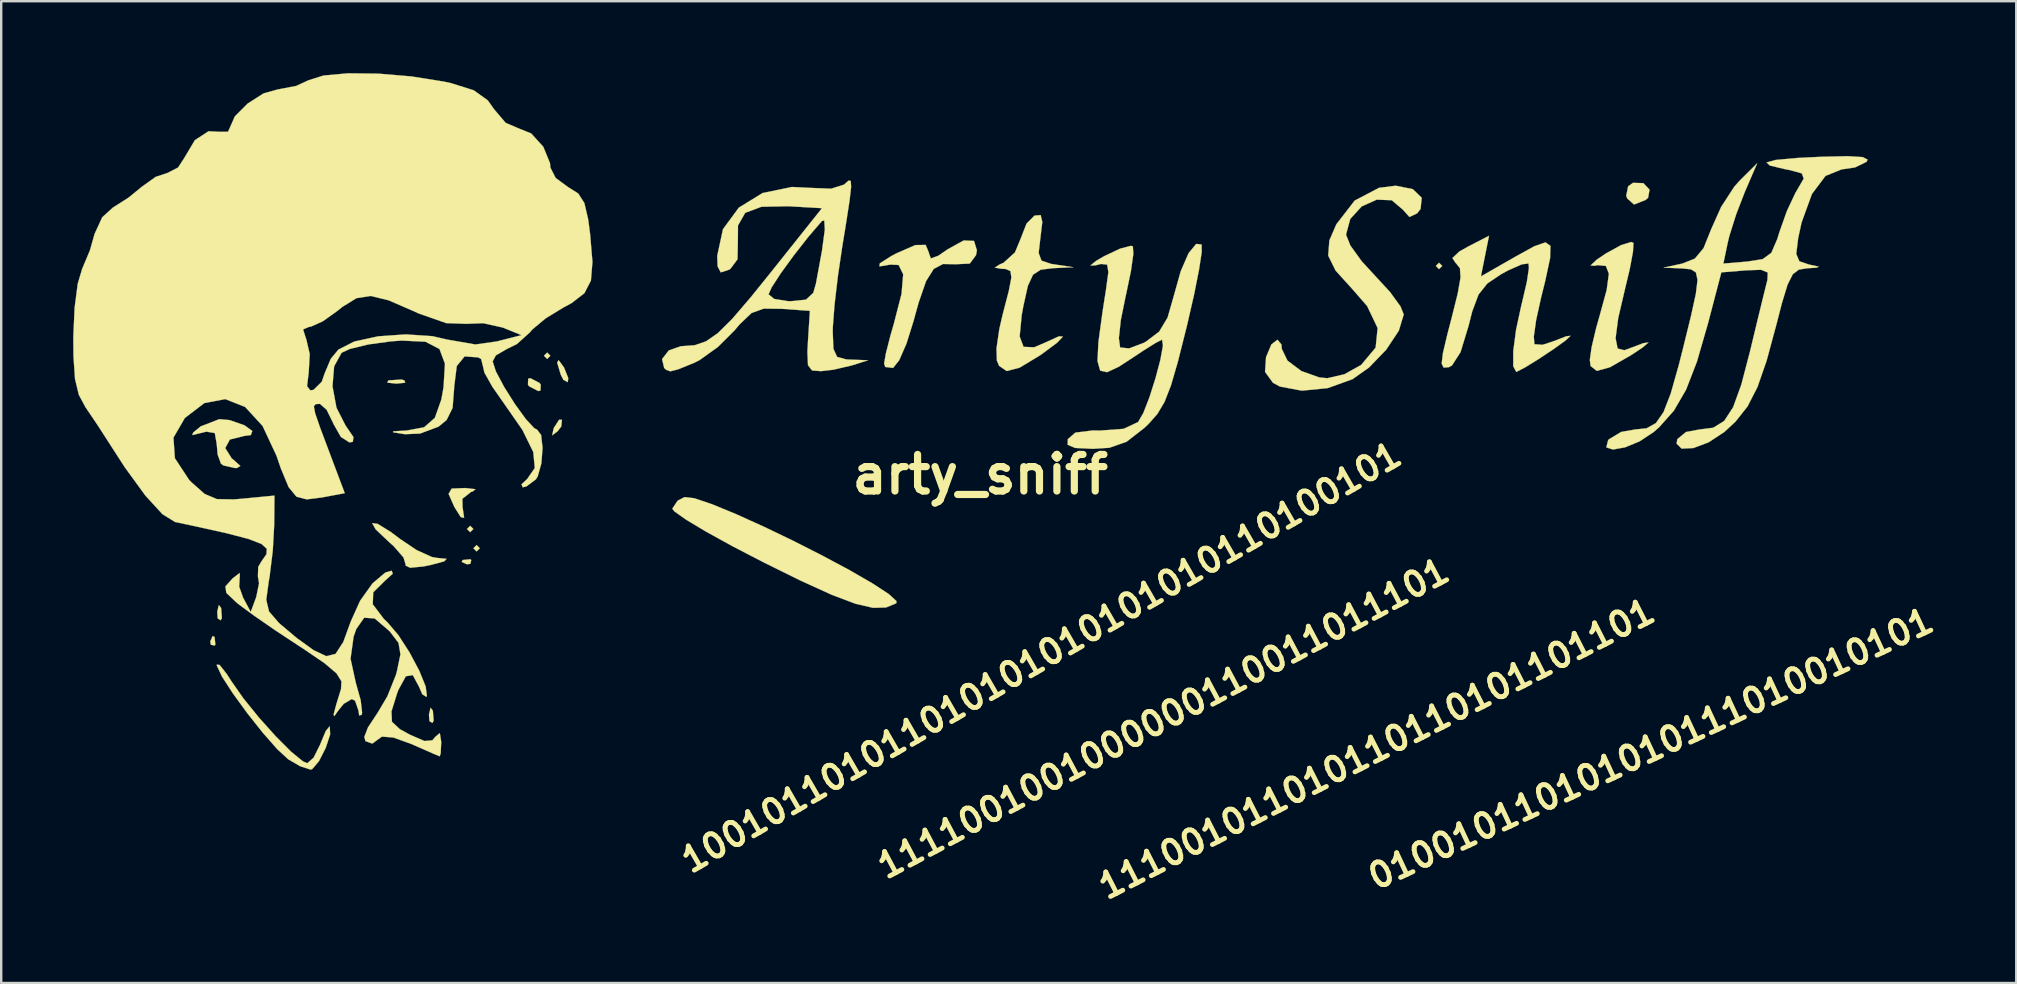
<source format=kicad_pcb>
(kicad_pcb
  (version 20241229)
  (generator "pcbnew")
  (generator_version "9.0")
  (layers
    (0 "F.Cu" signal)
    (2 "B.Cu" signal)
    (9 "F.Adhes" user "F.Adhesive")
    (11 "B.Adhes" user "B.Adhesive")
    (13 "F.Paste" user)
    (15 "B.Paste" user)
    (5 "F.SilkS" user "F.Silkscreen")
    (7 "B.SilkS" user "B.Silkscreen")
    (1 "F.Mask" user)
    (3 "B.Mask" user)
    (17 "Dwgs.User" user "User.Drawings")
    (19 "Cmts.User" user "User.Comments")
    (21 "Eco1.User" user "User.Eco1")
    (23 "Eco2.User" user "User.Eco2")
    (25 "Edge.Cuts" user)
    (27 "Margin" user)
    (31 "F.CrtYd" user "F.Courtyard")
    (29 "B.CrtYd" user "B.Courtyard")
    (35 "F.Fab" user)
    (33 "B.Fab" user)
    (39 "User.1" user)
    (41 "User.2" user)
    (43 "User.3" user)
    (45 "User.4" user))
  (footprint "arty_sniff"
    (layer "F.Cu")
    (at 37.798 16.721)
    (property "Reference" "arty_sniff" (at 0 0 0) (layer "F.SilkS") (effects (font (size 1.524 1.524) (thickness 0.3))))
    (attr through_hole)
    (fp_poly (pts (xy -21.122 2.273) (xy -21.256 2.406) (xy -21.389 2.273) (xy -21.256 2.139) (xy -21.122 2.273)) (stroke (width 0.01) (type solid)) (fill yes) (layer "F.SilkS"))
    (fp_poly (pts (xy -20.855 3.075) (xy -20.988 3.208) (xy -21.122 3.075) (xy -20.988 2.941) (xy -20.855 3.075)) (stroke (width 0.01) (type solid)) (fill yes) (layer "F.SilkS"))
    (fp_poly (pts (xy -17.914 -4.946) (xy -18.047 -4.813) (xy -18.181 -4.946) (xy -18.047 -5.08) (xy -17.914 -4.946)) (stroke (width 0.01) (type solid)) (fill yes) (layer "F.SilkS"))
    (fp_poly (pts (xy 19.251 -8.689) (xy 19.117 -8.556) (xy 18.983 -8.689) (xy 19.117 -8.823) (xy 19.251 -8.689)) (stroke (width 0.01) (type solid)) (fill yes) (layer "F.SilkS"))
    (fp_poly (pts (xy -31.906 6.773) (xy -31.874 7.091) (xy -31.906 7.13) (xy -32.065 7.093) (xy -32.084 6.952) (xy -31.986 6.732) (xy -31.906 6.773)) (stroke (width 0.01) (type solid)) (fill yes) (layer "F.SilkS"))
    (fp_poly (pts (xy -31.634 5.565) (xy -31.602 5.982) (xy -31.655 6.077) (xy -31.777 5.997) (xy -31.796 5.726) (xy -31.73 5.441) (xy -31.634 5.565)) (stroke (width 0.01) (type solid)) (fill yes) (layer "F.SilkS"))
    (fp_poly (pts (xy -23.996 -3.92) (xy -23.963 -3.823) (xy -24.331 -3.785) (xy -24.71 -3.827) (xy -24.665 -3.92) (xy -24.117 -3.956) (xy -23.996 -3.92)) (stroke (width 0.01) (type solid)) (fill yes) (layer "F.SilkS"))
    (fp_poly (pts (xy -22.811 9.842) (xy -22.779 10.26) (xy -22.832 10.355) (xy -22.954 10.275) (xy -22.973 10.004) (xy -22.907 9.719) (xy -22.811 9.842)) (stroke (width 0.01) (type solid)) (fill yes) (layer "F.SilkS"))
    (fp_poly (pts (xy -21.211 3.565) (xy -21.248 3.724) (xy -21.389 3.743) (xy -21.61 3.645) (xy -21.568 3.565) (xy -21.25 3.533) (xy -21.211 3.565)) (stroke (width 0.01) (type solid)) (fill yes) (layer "F.SilkS"))
    (fp_poly (pts (xy -17.461 -1.997) (xy -17.613 -1.8) (xy -17.838 -1.631) (xy -17.782 -1.899) (xy -17.763 -1.95) (xy -17.551 -2.277) (xy -17.431 -2.28) (xy -17.461 -1.997)) (stroke (width 0.01) (type solid)) (fill yes) (layer "F.SilkS"))
    (fp_poly (pts (xy -17.346 -4.458) (xy -17.169 -4.015) (xy -17.188 -3.845) (xy -17.37 -3.941) (xy -17.48 -4.155) (xy -17.631 -4.662) (xy -17.569 -4.764) (xy -17.346 -4.458)) (stroke (width 0.01) (type solid)) (fill yes) (layer "F.SilkS"))
    (fp_poly (pts (xy -18.369 -3.815) (xy -18.315 -3.743) (xy -18.327 -3.496) (xy -18.417 -3.476) (xy -18.795 -3.671) (xy -18.849 -3.743) (xy -18.837 -3.99) (xy -18.747 -4.011) (xy -18.369 -3.815)) (stroke (width 0.01) (type solid)) (fill yes) (layer "F.SilkS"))
    (fp_poly (pts (xy 27.632 -12.14) (xy 27.889 -11.867) (xy 27.828 -11.528) (xy 27.725 -11.441) (xy 27.245 -11.249) (xy 26.965 -11.494) (xy 26.916 -11.608) (xy 26.996 -12.008) (xy 27.2 -12.152) (xy 27.632 -12.14)) (stroke (width 0.01) (type solid)) (fill yes) (layer "F.SilkS"))
    (fp_poly (pts (xy -21.456 0.566) (xy -21.035 0.614) (xy -21.143 0.704) (xy -21.214 0.724) (xy -21.581 1.014) (xy -21.573 1.361) (xy -21.508 1.807) (xy -21.649 1.775) (xy -21.915 1.354) (xy -22.155 0.811) (xy -22.029 0.589) (xy -21.464 0.565) (xy -21.456 0.566)) (stroke (width 0.01) (type solid)) (fill yes) (layer "F.SilkS"))
    (fp_poly (pts (xy -25.113 2.058) (xy -24.561 2.398) (xy -24.201 2.67) (xy -23.488 3.151) (xy -22.853 3.439) (xy -22.645 3.476) (xy -22.239 3.515) (xy -22.334 3.619) (xy -22.901 3.772) (xy -23.208 3.834) (xy -23.76 3.887) (xy -23.954 3.792) (xy -23.942 3.764) (xy -24.033 3.461) (xy -24.44 2.991) (xy -24.631 2.821) (xy -25.196 2.286) (xy -25.341 2.027) (xy -25.113 2.058)) (stroke (width 0.01) (type solid)) (fill yes) (layer "F.SilkS"))
    (fp_poly (pts (xy -31.282 -2.266) (xy -30.654 -2.046) (xy -30.334 -1.812) (xy -30.394 -1.643) (xy -30.678 -1.604) (xy -31.27 -1.456) (xy -31.462 -1.1) (xy -31.192 -0.669) (xy -31.138 -0.628) (xy -30.833 -0.356) (xy -30.976 -0.269) (xy -31.053 -0.267) (xy -31.528 -0.372) (xy -31.639 -0.446) (xy -31.778 -0.827) (xy -31.817 -1.266) (xy -31.898 -1.726) (xy -32.245 -1.784) (xy -32.418 -1.742) (xy -32.834 -1.642) (xy -32.797 -1.747) (xy -32.485 -2.003) (xy -31.71 -2.304) (xy -31.282 -2.266)) (stroke (width 0.01) (type solid)) (fill yes) (layer "F.SilkS"))
    (fp_poly (pts (xy -11.915 0.991) (xy -11.175 1.241) (xy -10.184 1.649) (xy -9.029 2.171) (xy -7.797 2.763) (xy -6.574 3.384) (xy -5.445 3.989) (xy -4.498 4.535) (xy -3.818 4.979) (xy -3.491 5.278) (xy -3.498 5.367) (xy -3.926 5.543) (xy -4.469 5.557) (xy -5.2 5.388) (xy -6.188 5.015) (xy -7.504 4.415) (xy -9.024 3.665) (xy -10.316 2.995) (xy -11.421 2.386) (xy -12.257 1.885) (xy -12.743 1.541) (xy -12.834 1.426) (xy -12.612 1.093) (xy -12.319 0.942) (xy -11.915 0.991)) (stroke (width 0.01) (type solid)) (fill yes) (layer "F.SilkS"))
    (fp_poly (pts (xy -31.696 7.938) (xy -31.395 8.321) (xy -31.214 8.603) (xy -30.716 9.317) (xy -30.066 10.121) (xy -29.365 10.903) (xy -28.718 11.551) (xy -28.226 11.954) (xy -28.045 12.032) (xy -27.783 11.806) (xy -27.51 11.259) (xy -27.494 11.216) (xy -27.273 10.69) (xy -27.115 10.498) (xy -27.106 10.504) (xy -27.091 10.836) (xy -27.274 11.391) (xy -27.555 11.945) (xy -27.836 12.276) (xy -27.907 12.299) (xy -28.344 12.156) (xy -28.84 11.866) (xy -29.295 11.447) (xy -29.895 10.765) (xy -30.543 9.948) (xy -31.142 9.125) (xy -31.597 8.422) (xy -31.81 7.969) (xy -31.815 7.925) (xy -31.696 7.938)) (stroke (width 0.01) (type solid)) (fill yes) (layer "F.SilkS"))
    (fp_poly (pts (xy 27.219 -9.648) (xy 27.198 -9.279) (xy 27.065 -8.563) (xy 26.884 -7.807) (xy 26.583 -6.517) (xy 26.474 -5.68) (xy 26.558 -5.249) (xy 26.836 -5.177) (xy 26.937 -5.211) (xy 27.631 -5.472) (xy 27.847 -5.501) (xy 27.594 -5.286) (xy 27.138 -4.983) (xy 26.243 -4.469) (xy 25.691 -4.316) (xy 25.433 -4.518) (xy 25.4 -4.77) (xy 25.475 -5.306) (xy 25.667 -6.115) (xy 25.798 -6.575) (xy 26.102 -7.684) (xy 26.194 -8.366) (xy 26.068 -8.69) (xy 25.717 -8.722) (xy 25.601 -8.695) (xy 25.432 -8.712) (xy 25.689 -8.952) (xy 26.068 -9.208) (xy 26.705 -9.558) (xy 27.129 -9.688) (xy 27.219 -9.648)) (stroke (width 0.01) (type solid)) (fill yes) (layer "F.SilkS"))
    (fp_poly (pts (xy -0.261 -9.732) (xy -0.14 -9.34) (xy -0.177 -9.139) (xy -0.438 -8.787) (xy -1.029 -8.76) (xy -1.036 -8.761) (xy -1.555 -8.77) (xy -1.941 -8.564) (xy -2.259 -8.055) (xy -2.57 -7.158) (xy -2.788 -6.369) (xy -3.075 -5.453) (xy -3.378 -4.76) (xy -3.632 -4.44) (xy -3.634 -4.439) (xy -3.96 -4.479) (xy -4.008 -4.62) (xy -3.932 -5.051) (xy -3.744 -5.786) (xy -3.607 -6.259) (xy -3.281 -7.524) (xy -3.212 -8.34) (xy -3.402 -8.729) (xy -3.743 -8.746) (xy -4.202 -8.67) (xy -4.187 -8.796) (xy -3.709 -9.1) (xy -3.489 -9.217) (xy -2.704 -9.559) (xy -2.275 -9.566) (xy -2.139 -9.238) (xy -2.139 -9.216) (xy -2.059 -9.002) (xy -1.752 -9.112) (xy -1.362 -9.381) (xy -0.691 -9.751) (xy -0.261 -9.732)) (stroke (width 0.01) (type solid)) (fill yes) (layer "F.SilkS"))
    (fp_poly (pts (xy 2.585 -10.522) (xy 2.511 -9.906) (xy 2.433 -9.231) (xy 2.549 -8.911) (xy 2.947 -8.776) (xy 3.111 -8.75) (xy 3.877 -8.636) (xy 3.026 -8.596) (xy 2.521 -8.533) (xy 2.199 -8.325) (xy 1.982 -7.856) (xy 1.794 -7.011) (xy 1.726 -6.635) (xy 1.641 -5.75) (xy 1.804 -5.318) (xy 2.247 -5.3) (xy 2.689 -5.489) (xy 3.279 -5.757) (xy 3.444 -5.745) (xy 3.196 -5.484) (xy 2.547 -5.003) (xy 2.478 -4.956) (xy 1.638 -4.45) (xy 1.1 -4.31) (xy 0.785 -4.526) (xy 0.691 -4.746) (xy 0.676 -5.253) (xy 0.794 -6.062) (xy 0.938 -6.684) (xy 1.189 -7.648) (xy 1.296 -8.207) (xy 1.257 -8.474) (xy 1.065 -8.56) (xy 0.869 -8.573) (xy 0.603 -8.619) (xy 0.819 -8.757) (xy 0.965 -8.817) (xy 1.446 -9.254) (xy 1.687 -9.836) (xy 1.927 -10.453) (xy 2.261 -10.787) (xy 2.517 -10.808) (xy 2.585 -10.522)) (stroke (width 0.01) (type solid)) (fill yes) (layer "F.SilkS"))
    (fp_poly (pts (xy 18.024 -11.889) (xy 18.396 -11.53) (xy 18.347 -11.063) (xy 18.2 -10.877) (xy 17.883 -10.729) (xy 17.616 -11.029) (xy 17.147 -11.427) (xy 16.522 -11.452) (xy 15.896 -11.171) (xy 15.418 -10.65) (xy 15.24 -9.994) (xy 15.422 -9.539) (xy 15.895 -8.884) (xy 16.443 -8.288) (xy 17.075 -7.602) (xy 17.511 -7.003) (xy 17.646 -6.668) (xy 17.442 -5.993) (xy 16.916 -5.2) (xy 16.2 -4.457) (xy 15.512 -3.971) (xy 14.476 -3.598) (xy 13.4 -3.492) (xy 12.486 -3.663) (xy 12.197 -3.82) (xy 11.866 -4.275) (xy 11.908 -4.89) (xy 12.131 -5.419) (xy 12.383 -5.615) (xy 12.55 -5.418) (xy 12.566 -5.229) (xy 12.801 -4.744) (xy 13.381 -4.309) (xy 14.123 -4.044) (xy 14.461 -4.011) (xy 15.174 -4.176) (xy 15.872 -4.565) (xy 16.475 -5.286) (xy 16.558 -6.1) (xy 16.121 -7.017) (xy 15.507 -7.722) (xy 14.806 -8.496) (xy 14.499 -9.118) (xy 14.546 -9.751) (xy 14.837 -10.424) (xy 15.602 -11.413) (xy 16.616 -11.945) (xy 17.313 -12.032) (xy 18.024 -11.889)) (stroke (width 0.01) (type solid)) (fill yes) (layer "F.SilkS"))
    (fp_poly (pts (xy 20.861 -8.253) (xy 22.328 -9.092) (xy 23.084 -9.508) (xy 23.55 -9.672) (xy 23.759 -9.527) (xy 23.745 -9.014) (xy 23.544 -8.074) (xy 23.36 -7.331) (xy 23.162 -6.429) (xy 23.066 -5.744) (xy 23.091 -5.428) (xy 23.429 -5.403) (xy 23.928 -5.566) (xy 24.413 -5.757) (xy 24.598 -5.778) (xy 24.397 -5.589) (xy 23.906 -5.235) (xy 23.292 -4.825) (xy 22.722 -4.472) (xy 22.365 -4.286) (xy 22.331 -4.278) (xy 22.208 -4.515) (xy 22.21 -5.144) (xy 22.328 -6.038) (xy 22.551 -7.071) (xy 22.586 -7.207) (xy 22.776 -8.022) (xy 22.863 -8.606) (xy 22.845 -8.794) (xy 22.557 -8.753) (xy 21.986 -8.499) (xy 21.719 -8.354) (xy 21.133 -7.962) (xy 20.763 -7.499) (xy 20.498 -6.789) (xy 20.345 -6.186) (xy 20.014 -5.1) (xy 19.655 -4.54) (xy 19.518 -4.468) (xy 19.307 -4.454) (xy 19.226 -4.62) (xy 19.279 -5.06) (xy 19.471 -5.869) (xy 19.626 -6.462) (xy 19.895 -7.537) (xy 20.013 -8.211) (xy 19.988 -8.594) (xy 19.829 -8.796) (xy 19.813 -8.806) (xy 19.674 -9.018) (xy 19.959 -9.289) (xy 20.32 -9.492) (xy 21.2 -9.947) (xy 20.861 -8.253)) (stroke (width 0.01) (type solid)) (fill yes) (layer "F.SilkS"))
    (fp_poly (pts (xy 9.222 -9.583) (xy 9.228 -9.272) (xy 9.118 -8.547) (xy 8.913 -7.512) (xy 8.629 -6.272) (xy 8.589 -6.108) (xy 8.235 -4.703) (xy 7.947 -3.711) (xy 7.677 -3.021) (xy 7.381 -2.522) (xy 7.012 -2.105) (xy 6.836 -1.938) (xy 6.096 -1.363) (xy 5.378 -1.112) (xy 4.691 -1.069) (xy 3.951 -1.105) (xy 3.641 -1.237) (xy 3.647 -1.472) (xy 3.964 -1.745) (xy 4.686 -1.834) (xy 4.989 -1.829) (xy 5.975 -1.902) (xy 6.578 -2.186) (xy 6.795 -2.562) (xy 7.052 -3.224) (xy 7.303 -4.015) (xy 7.505 -4.781) (xy 7.611 -5.366) (xy 7.578 -5.614) (xy 7.571 -5.615) (xy 7.302 -5.478) (xy 6.754 -5.134) (xy 6.474 -4.946) (xy 5.768 -4.486) (xy 5.283 -4.262) (xy 4.997 -4.325) (xy 4.884 -4.727) (xy 4.924 -5.522) (xy 5.092 -6.76) (xy 5.241 -7.717) (xy 5.338 -8.433) (xy 5.287 -8.744) (xy 5.032 -8.772) (xy 4.785 -8.711) (xy 4.59 -8.709) (xy 4.837 -8.907) (xy 5.172 -9.101) (xy 5.828 -9.41) (xy 6.275 -9.527) (xy 6.359 -9.505) (xy 6.378 -9.187) (xy 6.281 -8.493) (xy 6.089 -7.565) (xy 6.059 -7.435) (xy 5.857 -6.439) (xy 5.775 -5.681) (xy 5.827 -5.296) (xy 5.833 -5.29) (xy 6.203 -5.253) (xy 6.812 -5.485) (xy 6.905 -5.536) (xy 7.455 -5.953) (xy 7.806 -6.539) (xy 8.061 -7.43) (xy 8.353 -8.47) (xy 8.681 -9.224) (xy 8.999 -9.607) (xy 9.222 -9.583)) (stroke (width 0.01) (type solid)) (fill yes) (layer "F.SilkS"))
    (fp_poly (pts (xy -5.397 -12.232) (xy -5.382 -11.98) (xy -5.447 -11.41) (xy -5.596 -10.445) (xy -5.752 -9.492) (xy -5.934 -8.258) (xy -6.072 -7.079) (xy -6.143 -6.159) (xy -6.148 -5.949) (xy -6.119 -5.233) (xy -5.964 -4.899) (xy -5.588 -4.795) (xy -5.414 -4.786) (xy -4.679 -4.759) (xy -5.347 -4.545) (xy -6.127 -4.364) (xy -6.638 -4.305) (xy -7.01 -4.334) (xy -7.179 -4.553) (xy -7.204 -5.1) (xy -7.18 -5.548) (xy -7.1 -6.818) (xy -8.265 -6.902) (xy -9.019 -6.911) (xy -9.53 -6.729) (xy -10.032 -6.251) (xy -10.243 -6) (xy -10.939 -5.308) (xy -11.703 -4.762) (xy -11.936 -4.646) (xy -12.587 -4.382) (xy -12.915 -4.297) (xy -13.091 -4.362) (xy -13.172 -4.438) (xy -13.26 -4.809) (xy -12.979 -5.169) (xy -12.471 -5.346) (xy -12.426 -5.347) (xy -11.901 -5.386) (xy -11.43 -5.546) (xy -10.934 -5.891) (xy -10.336 -6.484) (xy -9.559 -7.391) (xy -9.465 -7.508) (xy -8.823 -7.508) (xy -8.589 -7.315) (xy -8.013 -7.221) (xy -7.909 -7.219) (xy -7.264 -7.284) (xy -6.959 -7.568) (xy -6.848 -7.954) (xy -6.594 -9.334) (xy -6.478 -10.208) (xy -6.501 -10.586) (xy -6.598 -10.561) (xy -7.167 -9.899) (xy -7.77 -9.129) (xy -8.312 -8.384) (xy -8.694 -7.795) (xy -8.823 -7.508) (xy -9.465 -7.508) (xy -8.749 -8.395) (xy -6.596 -11.096) (xy -7.999 -11.177) (xy -9.117 -11.155) (xy -9.795 -10.903) (xy -10.096 -10.376) (xy -10.101 -9.689) (xy -10.116 -8.966) (xy -10.412 -8.567) (xy -10.479 -8.528) (xy -10.813 -8.421) (xy -10.944 -8.667) (xy -10.962 -9.107) (xy -10.721 -10.223) (xy -10.06 -11.12) (xy -9.071 -11.728) (xy -7.847 -11.98) (xy -7.121 -11.944) (xy -6.216 -11.908) (xy -5.677 -12.078) (xy -5.657 -12.096) (xy -5.49 -12.245) (xy -5.397 -12.232)) (stroke (width 0.01) (type solid)) (fill yes) (layer "F.SilkS"))
    (fp_poly (pts (xy 36.771 -13.225) (xy 36.977 -13.118) (xy 36.927 -13.024) (xy 36.449 -12.794) (xy 35.893 -12.712) (xy 35.223 -12.443) (xy 34.657 -11.691) (xy 34.224 -10.502) (xy 34.082 -9.848) (xy 34.002 -9.193) (xy 34.13 -8.884) (xy 34.532 -8.748) (xy 34.941 -8.659) (xy 34.848 -8.617) (xy 34.457 -8.592) (xy 34.111 -8.537) (xy 33.858 -8.344) (xy 33.641 -7.913) (xy 33.405 -7.141) (xy 33.175 -6.248) (xy 32.768 -4.742) (xy 32.387 -3.645) (xy 31.974 -2.838) (xy 31.472 -2.203) (xy 31.004 -1.77) (xy 30.35 -1.339) (xy 29.715 -1.101) (xy 29.226 -1.077) (xy 29.014 -1.286) (xy 29.046 -1.471) (xy 29.406 -1.769) (xy 29.955 -1.872) (xy 30.545 -1.948) (xy 31 -2.232) (xy 31.372 -2.803) (xy 31.712 -3.742) (xy 32.075 -5.129) (xy 32.076 -5.132) (xy 32.349 -6.269) (xy 32.587 -7.247) (xy 32.754 -7.923) (xy 32.801 -8.105) (xy 32.814 -8.415) (xy 32.536 -8.529) (xy 31.907 -8.506) (xy 30.881 -8.422) (xy 30.32 -6.281) (xy 29.863 -4.7) (xy 29.411 -3.533) (xy 28.905 -2.661) (xy 28.286 -1.966) (xy 28.063 -1.77) (xy 27.475 -1.38) (xy 26.868 -1.13) (xy 26.365 -1.04) (xy 26.088 -1.128) (xy 26.159 -1.415) (xy 26.202 -1.471) (xy 26.706 -1.772) (xy 27.272 -1.872) (xy 27.768 -1.925) (xy 28.152 -2.14) (xy 28.471 -2.597) (xy 28.774 -3.38) (xy 29.11 -4.568) (xy 29.283 -5.252) (xy 29.617 -6.609) (xy 29.819 -7.532) (xy 29.888 -8.106) (xy 29.822 -8.416) (xy 29.619 -8.547) (xy 29.277 -8.584) (xy 29.21 -8.587) (xy 28.475 -8.619) (xy 29.254 -8.788) (xy 29.776 -8.994) (xy 30.139 -9.431) (xy 30.457 -10.221) (xy 30.874 -11.152) (xy 31.42 -11.992) (xy 31.628 -12.227) (xy 32.374 -12.967) (xy 31.855 -11.764) (xy 31.496 -10.833) (xy 31.213 -9.934) (xy 31.15 -9.674) (xy 30.965 -8.788) (xy 31.964 -8.872) (xy 32.603 -8.973) (xy 32.964 -9.237) (xy 33.215 -9.819) (xy 33.3 -10.1) (xy 33.612 -10.978) (xy 33.972 -11.743) (xy 34.062 -11.893) (xy 34.313 -12.329) (xy 34.234 -12.546) (xy 33.737 -12.683) (xy 33.541 -12.72) (xy 32.899 -12.874) (xy 32.765 -13.001) (xy 33.144 -13.106) (xy 34.045 -13.189) (xy 35.038 -13.238) (xy 36.143 -13.263) (xy 36.771 -13.225)) (stroke (width 0.01) (type solid)) (fill yes) (layer "F.SilkS"))
    (fp_poly (pts (xy -25.084 -16.702) (xy -23.709 -16.587) (xy -22.362 -16.373) (xy -22.049 -16.305) (xy -21.109 -16.009) (xy -20.524 -15.592) (xy -20.257 -15.216) (xy -19.778 -14.653) (xy -19.278 -14.438) (xy -18.712 -14.209) (xy -18.208 -13.653) (xy -17.929 -12.97) (xy -17.914 -12.789) (xy -17.694 -12.356) (xy -17.178 -11.976) (xy -16.752 -11.707) (xy -16.497 -11.31) (xy -16.338 -10.627) (xy -16.259 -10.023) (xy -16.161 -8.858) (xy -16.224 -8.079) (xy -16.497 -7.552) (xy -17.03 -7.141) (xy -17.381 -6.951) (xy -18.115 -6.503) (xy -18.671 -6.038) (xy -18.765 -5.924) (xy -19.308 -5.435) (xy -19.718 -5.234) (xy -20.186 -4.963) (xy -20.32 -4.713) (xy -20.183 -4.291) (xy -19.839 -3.645) (xy -19.389 -2.931) (xy -18.935 -2.305) (xy -18.578 -1.923) (xy -18.472 -1.872) (xy -18.3 -1.645) (xy -18.24 -1.106) (xy -18.289 -0.463) (xy -18.441 0.077) (xy -18.516 0.201) (xy -18.914 0.5) (xy -19.067 0.535) (xy -19.117 0.411) (xy -18.881 0.19) (xy -18.564 -0.268) (xy -18.626 -0.936) (xy -19.08 -1.858) (xy -19.809 -2.907) (xy -20.329 -3.652) (xy -20.66 -4.239) (xy -20.729 -4.532) (xy -20.798 -4.808) (xy -20.923 -4.879) (xy -21.487 -4.92) (xy -21.814 -4.519) (xy -21.924 -3.648) (xy -21.924 -3.593) (xy -21.989 -2.771) (xy -22.239 -2.268) (xy -22.575 -1.992) (xy -23.346 -1.704) (xy -23.979 -1.678) (xy -24.47 -1.758) (xy -24.463 -1.798) (xy -23.94 -1.829) (xy -23.895 -1.832) (xy -23.176 -1.966) (xy -22.728 -2.359) (xy -22.457 -3.123) (xy -22.366 -3.631) (xy -22.307 -4.614) (xy -22.536 -5.228) (xy -23.116 -5.531) (xy -24.113 -5.579) (xy -24.567 -5.546) (xy -25.509 -5.416) (xy -26.266 -5.232) (xy -26.613 -5.072) (xy -26.925 -4.507) (xy -26.993 -3.676) (xy -26.827 -2.782) (xy -26.45 -2.041) (xy -26.119 -1.557) (xy -26.147 -1.358) (xy -26.29 -1.337) (xy -26.644 -1.564) (xy -26.955 -2.113) (xy -26.964 -2.139) (xy -27.237 -2.695) (xy -27.514 -2.94) (xy -27.525 -2.941) (xy -27.7 -2.931) (xy -27.77 -2.833) (xy -27.714 -2.544) (xy -27.512 -1.959) (xy -27.144 -0.979) (xy -26.482 0.78) (xy -27.432 0.958) (xy -28.067 1.038) (xy -28.496 0.925) (xy -28.821 0.528) (xy -29.143 -0.246) (xy -29.326 -0.78) (xy -29.906 -2.021) (xy -30.636 -2.815) (xy -31.462 -3.14) (xy -32.333 -2.975) (xy -33.146 -2.353) (xy -33.62 -1.535) (xy -33.561 -0.676) (xy -32.972 0.219) (xy -32.874 0.321) (xy -32.32 0.812) (xy -31.811 1.026) (xy -31.106 1.039) (xy -30.735 1.008) (xy -29.411 0.881) (xy -29.422 2.111) (xy -29.482 3.18) (xy -29.615 4.264) (xy -29.651 4.465) (xy -29.753 5.221) (xy -29.638 5.708) (xy -29.24 6.171) (xy -29.172 6.235) (xy -28.464 6.83) (xy -27.777 7.324) (xy -27.251 7.571) (xy -26.867 7.478) (xy -26.543 6.981) (xy -26.231 6.126) (xy -25.843 5.265) (xy -25.324 4.537) (xy -24.79 4.086) (xy -24.528 4.011) (xy -24.48 4.134) (xy -24.806 4.427) (xy -25.296 4.911) (xy -25.314 5.411) (xy -24.853 6.019) (xy -24.695 6.17) (xy -24.248 6.695) (xy -23.783 7.415) (xy -23.378 8.177) (xy -23.11 8.834) (xy -23.059 9.232) (xy -23.081 9.267) (xy -23.25 9.16) (xy -23.388 8.843) (xy -23.646 8.362) (xy -23.937 8.409) (xy -24.25 8.982) (xy -24.304 9.13) (xy -24.535 9.874) (xy -24.516 10.305) (xy -24.187 10.613) (xy -23.76 10.847) (xy -23.161 11.107) (xy -22.835 11.079) (xy -22.695 10.92) (xy -22.521 10.778) (xy -22.463 11.134) (xy -22.463 11.163) (xy -22.485 11.625) (xy -22.526 11.745) (xy -22.787 11.636) (xy -23.372 11.379) (xy -23.722 11.225) (xy -24.46 10.961) (xy -24.928 10.923) (xy -25.008 10.976) (xy -25.333 11.215) (xy -25.62 11.112) (xy -25.667 10.937) (xy -25.514 10.539) (xy -25.145 9.981) (xy -25.134 9.967) (xy -24.707 9.247) (xy -24.353 8.361) (xy -24.313 8.223) (xy -24.161 7.494) (xy -24.242 7.018) (xy -24.6 6.548) (xy -24.626 6.52) (xy -25.235 6) (xy -25.673 5.969) (xy -26.002 6.44) (xy -26.114 6.76) (xy -26.241 7.68) (xy -26.021 8.685) (xy -25.819 9.407) (xy -25.759 9.927) (xy -25.775 10.013) (xy -25.88 10.044) (xy -25.914 9.826) (xy -26.052 9.428) (xy -26.189 9.358) (xy -26.525 9.557) (xy -26.744 9.826) (xy -26.917 10.07) (xy -26.948 10.005) (xy -26.828 9.557) (xy -26.637 8.938) (xy -26.619 8.621) (xy -26.826 8.287) (xy -27.332 7.859) (xy -28.216 7.257) (xy -28.405 7.135) (xy -29.385 6.488) (xy -30.264 5.881) (xy -30.887 5.422) (xy -30.993 5.336) (xy -31.417 4.936) (xy -31.456 4.665) (xy -31.156 4.332) (xy -30.863 4.105) (xy -30.856 4.206) (xy -30.882 4.672) (xy -30.72 5.131) (xy -30.4 5.729) (xy -30.172 5.112) (xy -30.054 4.541) (xy -30.101 4.241) (xy -30.087 3.849) (xy -29.945 3.609) (xy -29.748 3.327) (xy -29.729 3.099) (xy -29.951 2.897) (xy -30.477 2.692) (xy -31.37 2.457) (xy -32.692 2.163) (xy -33.555 1.98) (xy -34.08 1.654) (xy -34.789 0.881) (xy -35.647 -0.298) (xy -36.228 -1.198) (xy -36.753 -2.014) (xy -37.275 -2.787) (xy -37.285 -2.801) (xy -37.563 -3.318) (xy -37.722 -3.977) (xy -37.787 -4.929) (xy -37.793 -5.726) (xy -37.779 -6.045) (xy -28.219 -6.045) (xy -28.095 -5.655) (xy -28.085 -5.637) (xy -27.942 -5.017) (xy -27.983 -4.264) (xy -28.053 -3.681) (xy -27.916 -3.503) (xy -27.78 -3.528) (xy -27.438 -3.866) (xy -27.323 -4.204) (xy -27.064 -4.82) (xy -26.749 -5.202) (xy -26.086 -5.539) (xy -25.087 -5.757) (xy -23.938 -5.837) (xy -22.83 -5.763) (xy -22.208 -5.62) (xy -21.038 -5.417) (xy -20.148 -5.543) (xy -19.117 -5.805) (xy -19.899 -6.122) (xy -20.712 -6.303) (xy -21.417 -6.277) (xy -22.251 -6.306) (xy -23.396 -6.706) (xy -23.602 -6.801) (xy -24.654 -7.257) (xy -25.4 -7.439) (xy -25.993 -7.347) (xy -26.584 -6.982) (xy -26.786 -6.818) (xy -27.397 -6.383) (xy -27.898 -6.158) (xy -27.97 -6.149) (xy -28.219 -6.045) (xy -37.779 -6.045) (xy -37.739 -6.944) (xy -37.61 -7.944) (xy -37.425 -8.566) (xy -37.1 -9.342) (xy -36.907 -10.024) (xy -36.587 -10.719) (xy -36.141 -11.123) (xy -35.493 -11.535) (xy -34.931 -11.994) (xy -34.356 -12.404) (xy -33.865 -12.566) (xy -33.428 -12.79) (xy -33.175 -13.179) (xy -32.728 -13.93) (xy -32.157 -14.302) (xy -31.717 -14.28) (xy -31.35 -14.278) (xy -31.282 -14.421) (xy -31.063 -14.92) (xy -30.528 -15.456) (xy -29.864 -15.88) (xy -29.28 -16.042) (xy -28.503 -16.191) (xy -27.997 -16.425) (xy -27.366 -16.624) (xy -26.349 -16.716) (xy -25.084 -16.702)) (stroke (width 0.01) (type solid)) (fill yes) (layer "F.SilkS"))
    (fp_text user "1111001001000000110011011101" (at 7.62 10.16 28) (layer "F.SilkS") (effects (font (size 1 1) (thickness 0.2))))
    (fp_text user "111001011010110110101101101" (at 16.51 11.43 27) (layer "F.SilkS") (effects (font (size 1 1) (thickness 0.2))))
    (fp_text user "010010110101010111010010101" (at 27.94 11.43 25) (layer "F.SilkS") (effects (font (size 1 1) (thickness 0.2))))
    (fp_text user "100101101011010101010101010110100101" (at 2.54 7.62 30) (layer "F.SilkS") (effects (font (size 1 1) (thickness 0.2)))))
  (gr_rect
    (start -3 -3)
    (end 80.967 37.912)
    (stroke (width 0.1) (type default))
    (fill no)
    (layer "Edge.Cuts")))
</source>
